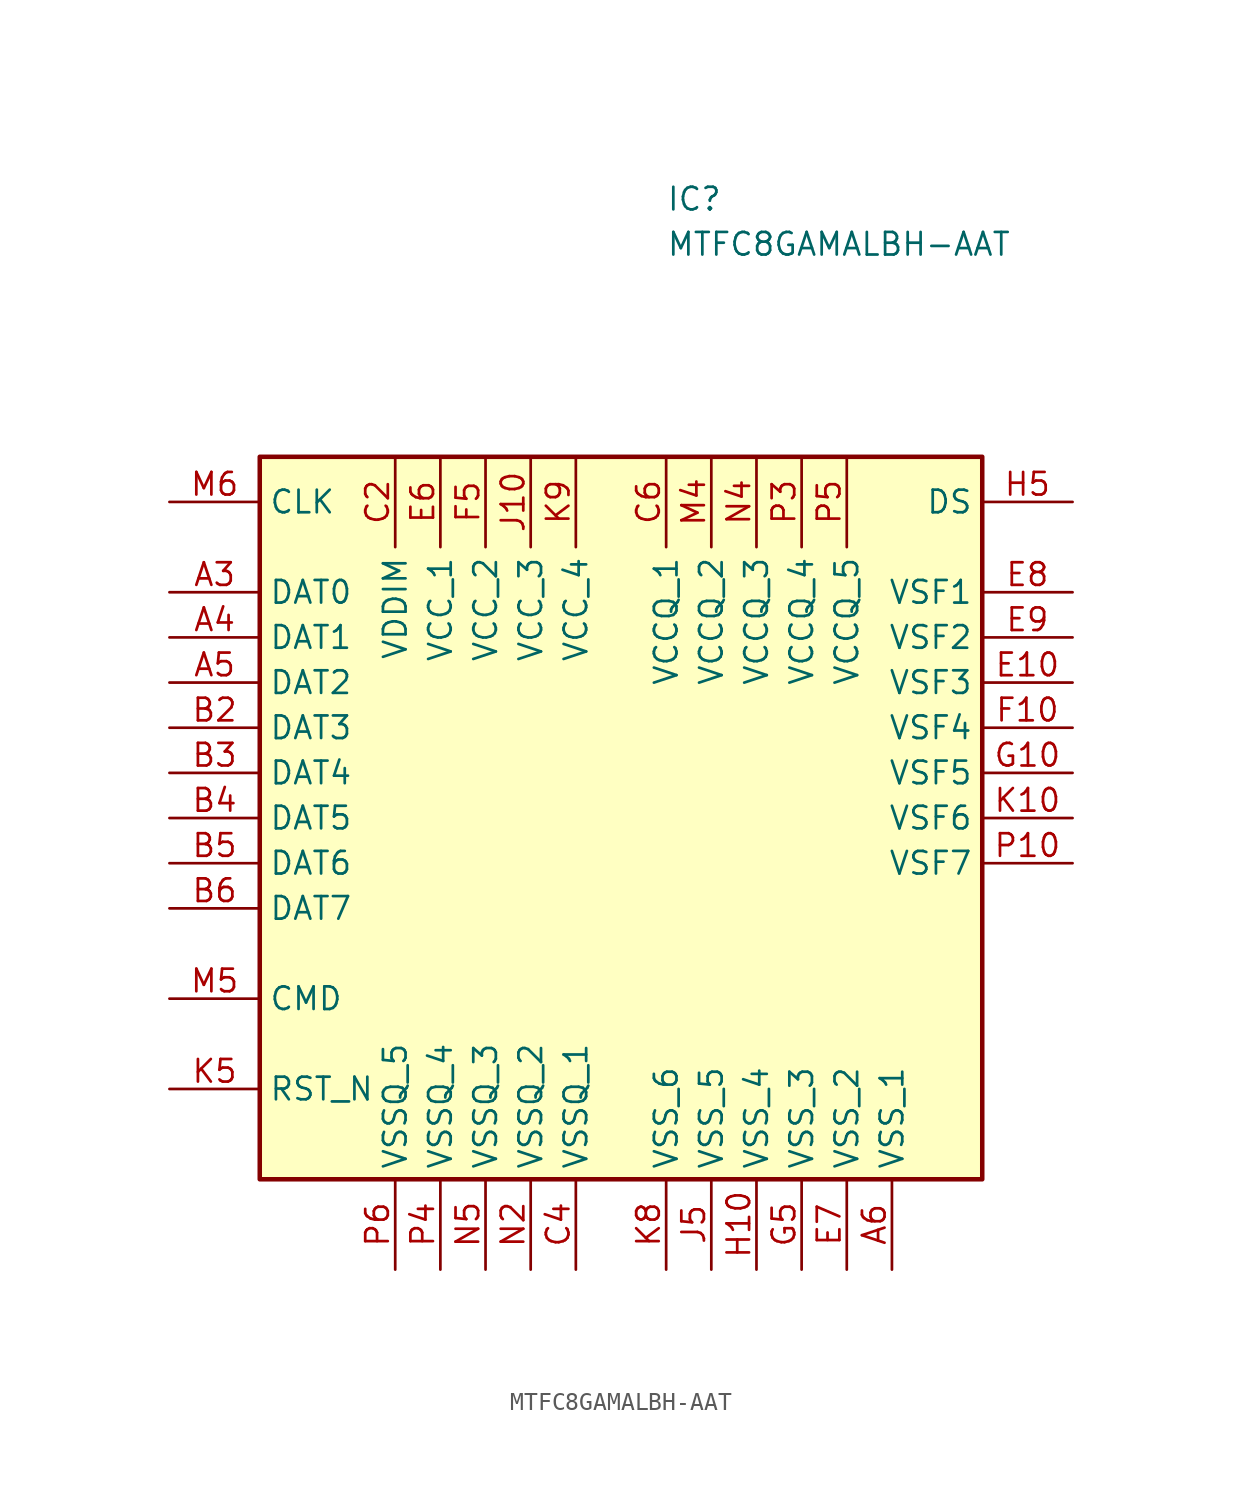
<source format=kicad_sym>
(kicad_symbol_lib
  (version 20220914)
  (generator kicad_symbol_editor)
  (symbol "MTFC8GAMALBH-AAT"
    (property "Reference" "IC"
      (at 2.54 35.56 0)
      (effects (font (size 1.27 1.27)) (justify left top)))
    (property "Value" "MTFC8GAMALBH-AAT"
      (at 2.54 33.02 0)
      (effects (font (size 1.27 1.27)) (justify left top)))
    (symbol "MTFC8GAMALBH-AAT_1_1"
      (rectangle (start -20.32 20.32) (end 20.32 -20.32) (stroke (width 0.254) (type default)) (fill (type background)))
      (pin no_connect line (at 20.32 -12.7 180) (length 5.08) hide (name "NC_1" (effects (font (size 1.27 1.27)))) (number "A1" (effects (font (size 1.27 1.27)))))
      (pin no_connect line (at 20.32 -12.7 180) (length 5.08) hide (name "NC_5" (effects (font (size 1.27 1.27)))) (number "A10" (effects (font (size 1.27 1.27)))))
      (pin no_connect line (at 20.32 -12.7 180) (length 5.08) hide (name "NC_6" (effects (font (size 1.27 1.27)))) (number "A11" (effects (font (size 1.27 1.27)))))
      (pin no_connect line (at 20.32 -12.7 180) (length 5.08) hide (name "NC_7" (effects (font (size 1.27 1.27)))) (number "A12" (effects (font (size 1.27 1.27)))))
      (pin no_connect line (at 20.32 -12.7 180) (length 5.08) hide (name "NC_8" (effects (font (size 1.27 1.27)))) (number "A13" (effects (font (size 1.27 1.27)))))
      (pin no_connect line (at 20.32 -12.7 180) (length 5.08) hide (name "NC_9" (effects (font (size 1.27 1.27)))) (number "A14" (effects (font (size 1.27 1.27)))))
      (pin no_connect line (at 20.32 -12.7 180) (length 5.08) hide (name "NC_2" (effects (font (size 1.27 1.27)))) (number "A2" (effects (font (size 1.27 1.27)))))
      (pin bidirectional line (at -25.4 12.7 0) (length 5.08) (name "DAT0" (effects (font (size 1.27 1.27)))) (number "A3" (effects (font (size 1.27 1.27)))))
      (pin bidirectional line (at -25.4 10.16 0) (length 5.08) (name "DAT1" (effects (font (size 1.27 1.27)))) (number "A4" (effects (font (size 1.27 1.27)))))
      (pin bidirectional line (at -25.4 7.62 0) (length 5.08) (name "DAT2" (effects (font (size 1.27 1.27)))) (number "A5" (effects (font (size 1.27 1.27)))))
      (pin power_in line (at 15.24 -25.4 90) (length 5.08) (name "VSS_1" (effects (font (size 1.27 1.27)))) (number "A6" (effects (font (size 1.27 1.27)))))
      (pin no_connect line (at 20.32 -7.62 180) (length 5.08) hide (name "RFU_1" (effects (font (size 1.27 1.27)))) (number "A7" (effects (font (size 1.27 1.27)))))
      (pin no_connect line (at 20.32 -12.7 180) (length 5.08) hide (name "NC_3" (effects (font (size 1.27 1.27)))) (number "A8" (effects (font (size 1.27 1.27)))))
      (pin no_connect line (at 20.32 -12.7 180) (length 5.08) hide (name "NC_4" (effects (font (size 1.27 1.27)))) (number "A9" (effects (font (size 1.27 1.27)))))
      (pin no_connect line (at 20.32 -12.7 180) (length 5.08) hide (name "NC_10" (effects (font (size 1.27 1.27)))) (number "B1" (effects (font (size 1.27 1.27)))))
      (pin no_connect line (at 20.32 -12.7 180) (length 5.08) hide (name "NC_14" (effects (font (size 1.27 1.27)))) (number "B10" (effects (font (size 1.27 1.27)))))
      (pin no_connect line (at 20.32 -12.7 180) (length 5.08) hide (name "NC_15" (effects (font (size 1.27 1.27)))) (number "B11" (effects (font (size 1.27 1.27)))))
      (pin no_connect line (at 20.32 -12.7 180) (length 5.08) hide (name "NC_16" (effects (font (size 1.27 1.27)))) (number "B12" (effects (font (size 1.27 1.27)))))
      (pin no_connect line (at 20.32 -12.7 180) (length 5.08) hide (name "NC_17" (effects (font (size 1.27 1.27)))) (number "B13" (effects (font (size 1.27 1.27)))))
      (pin no_connect line (at 20.32 -12.7 180) (length 5.08) hide (name "NC_18" (effects (font (size 1.27 1.27)))) (number "B14" (effects (font (size 1.27 1.27)))))
      (pin bidirectional line (at -25.4 5.08 0) (length 5.08) (name "DAT3" (effects (font (size 1.27 1.27)))) (number "B2" (effects (font (size 1.27 1.27)))))
      (pin bidirectional line (at -25.4 2.54 0) (length 5.08) (name "DAT4" (effects (font (size 1.27 1.27)))) (number "B3" (effects (font (size 1.27 1.27)))))
      (pin bidirectional line (at -25.4 0 0) (length 5.08) (name "DAT5" (effects (font (size 1.27 1.27)))) (number "B4" (effects (font (size 1.27 1.27)))))
      (pin bidirectional line (at -25.4 -2.54 0) (length 5.08) (name "DAT6" (effects (font (size 1.27 1.27)))) (number "B5" (effects (font (size 1.27 1.27)))))
      (pin bidirectional line (at -25.4 -5.08 0) (length 5.08) (name "DAT7" (effects (font (size 1.27 1.27)))) (number "B6" (effects (font (size 1.27 1.27)))))
      (pin no_connect line (at 20.32 -12.7 180) (length 5.08) hide (name "NC_11" (effects (font (size 1.27 1.27)))) (number "B7" (effects (font (size 1.27 1.27)))))
      (pin no_connect line (at 20.32 -12.7 180) (length 5.08) hide (name "NC_12" (effects (font (size 1.27 1.27)))) (number "B8" (effects (font (size 1.27 1.27)))))
      (pin no_connect line (at 20.32 -12.7 180) (length 5.08) hide (name "NC_13" (effects (font (size 1.27 1.27)))) (number "B9" (effects (font (size 1.27 1.27)))))
      (pin no_connect line (at 20.32 -12.7 180) (length 5.08) hide (name "NC_19" (effects (font (size 1.27 1.27)))) (number "C1" (effects (font (size 1.27 1.27)))))
      (pin no_connect line (at 20.32 -12.7 180) (length 5.08) hide (name "NC_25" (effects (font (size 1.27 1.27)))) (number "C10" (effects (font (size 1.27 1.27)))))
      (pin no_connect line (at 20.32 -12.7 180) (length 5.08) hide (name "NC_26" (effects (font (size 1.27 1.27)))) (number "C11" (effects (font (size 1.27 1.27)))))
      (pin no_connect line (at 20.32 -12.7 180) (length 5.08) hide (name "NC_27" (effects (font (size 1.27 1.27)))) (number "C12" (effects (font (size 1.27 1.27)))))
      (pin no_connect line (at 20.32 -12.7 180) (length 5.08) hide (name "NC_28" (effects (font (size 1.27 1.27)))) (number "C13" (effects (font (size 1.27 1.27)))))
      (pin no_connect line (at 20.32 -12.7 180) (length 5.08) hide (name "NC_29" (effects (font (size 1.27 1.27)))) (number "C14" (effects (font (size 1.27 1.27)))))
      (pin power_in line (at -12.7 20.32 270) (length 5.08) (name "VDDIM" (effects (font (size 1.27 1.27)))) (number "C2" (effects (font (size 1.27 1.27)))))
      (pin no_connect line (at 20.32 -12.7 180) (length 5.08) hide (name "NC_20" (effects (font (size 1.27 1.27)))) (number "C3" (effects (font (size 1.27 1.27)))))
      (pin power_in line (at -2.54 -25.4 90) (length 5.08) (name "VSSQ_1" (effects (font (size 1.27 1.27)))) (number "C4" (effects (font (size 1.27 1.27)))))
      (pin no_connect line (at 20.32 -12.7 180) (length 5.08) hide (name "NC_21" (effects (font (size 1.27 1.27)))) (number "C5" (effects (font (size 1.27 1.27)))))
      (pin power_in line (at 2.54 20.32 270) (length 5.08) (name "VCCQ_1" (effects (font (size 1.27 1.27)))) (number "C6" (effects (font (size 1.27 1.27)))))
      (pin no_connect line (at 20.32 -12.7 180) (length 5.08) hide (name "NC_22" (effects (font (size 1.27 1.27)))) (number "C7" (effects (font (size 1.27 1.27)))))
      (pin no_connect line (at 20.32 -12.7 180) (length 5.08) hide (name "NC_23" (effects (font (size 1.27 1.27)))) (number "C8" (effects (font (size 1.27 1.27)))))
      (pin no_connect line (at 20.32 -12.7 180) (length 5.08) hide (name "NC_24" (effects (font (size 1.27 1.27)))) (number "C9" (effects (font (size 1.27 1.27)))))
      (pin no_connect line (at 20.32 -12.7 180) (length 5.08) hide (name "NC_30" (effects (font (size 1.27 1.27)))) (number "D1" (effects (font (size 1.27 1.27)))))
      (pin no_connect line (at 20.32 -12.7 180) (length 5.08) hide (name "NC_34" (effects (font (size 1.27 1.27)))) (number "D12" (effects (font (size 1.27 1.27)))))
      (pin no_connect line (at 20.32 -12.7 180) (length 5.08) hide (name "NC_35" (effects (font (size 1.27 1.27)))) (number "D13" (effects (font (size 1.27 1.27)))))
      (pin no_connect line (at 20.32 -12.7 180) (length 5.08) hide (name "NC_36" (effects (font (size 1.27 1.27)))) (number "D14" (effects (font (size 1.27 1.27)))))
      (pin no_connect line (at 20.32 -12.7 180) (length 5.08) hide (name "NC_31" (effects (font (size 1.27 1.27)))) (number "D2" (effects (font (size 1.27 1.27)))))
      (pin no_connect line (at 20.32 -12.7 180) (length 5.08) hide (name "NC_32" (effects (font (size 1.27 1.27)))) (number "D3" (effects (font (size 1.27 1.27)))))
      (pin no_connect line (at 20.32 -12.7 180) (length 5.08) hide (name "NC_33" (effects (font (size 1.27 1.27)))) (number "D4" (effects (font (size 1.27 1.27)))))
      (pin no_connect line (at 20.32 -12.7 180) (length 5.08) hide (name "NC_37" (effects (font (size 1.27 1.27)))) (number "E1" (effects (font (size 1.27 1.27)))))
      (pin bidirectional line (at 25.4 7.62 180) (length 5.08) (name "VSF3" (effects (font (size 1.27 1.27)))) (number "E10" (effects (font (size 1.27 1.27)))))
      (pin no_connect line (at 20.32 -12.7 180) (length 5.08) hide (name "NC_40" (effects (font (size 1.27 1.27)))) (number "E12" (effects (font (size 1.27 1.27)))))
      (pin no_connect line (at 20.32 -12.7 180) (length 5.08) hide (name "NC_41" (effects (font (size 1.27 1.27)))) (number "E13" (effects (font (size 1.27 1.27)))))
      (pin no_connect line (at 20.32 -12.7 180) (length 5.08) hide (name "NC_42" (effects (font (size 1.27 1.27)))) (number "E14" (effects (font (size 1.27 1.27)))))
      (pin no_connect line (at 20.32 -12.7 180) (length 5.08) hide (name "NC_38" (effects (font (size 1.27 1.27)))) (number "E2" (effects (font (size 1.27 1.27)))))
      (pin no_connect line (at 20.32 -12.7 180) (length 5.08) hide (name "NC_39" (effects (font (size 1.27 1.27)))) (number "E3" (effects (font (size 1.27 1.27)))))
      (pin no_connect line (at 20.32 -7.62 180) (length 5.08) hide (name "RFU_2" (effects (font (size 1.27 1.27)))) (number "E5" (effects (font (size 1.27 1.27)))))
      (pin power_in line (at -10.16 20.32 270) (length 5.08) (name "VCC_1" (effects (font (size 1.27 1.27)))) (number "E6" (effects (font (size 1.27 1.27)))))
      (pin power_in line (at 12.7 -25.4 90) (length 5.08) (name "VSS_2" (effects (font (size 1.27 1.27)))) (number "E7" (effects (font (size 1.27 1.27)))))
      (pin bidirectional line (at 25.4 12.7 180) (length 5.08) (name "VSF1" (effects (font (size 1.27 1.27)))) (number "E8" (effects (font (size 1.27 1.27)))))
      (pin bidirectional line (at 25.4 10.16 180) (length 5.08) (name "VSF2" (effects (font (size 1.27 1.27)))) (number "E9" (effects (font (size 1.27 1.27)))))
      (pin no_connect line (at 20.32 -12.7 180) (length 5.08) hide (name "NC_43" (effects (font (size 1.27 1.27)))) (number "F1" (effects (font (size 1.27 1.27)))))
      (pin bidirectional line (at 25.4 5.08 180) (length 5.08) (name "VSF4" (effects (font (size 1.27 1.27)))) (number "F10" (effects (font (size 1.27 1.27)))))
      (pin no_connect line (at 20.32 -12.7 180) (length 5.08) hide (name "NC_46" (effects (font (size 1.27 1.27)))) (number "F12" (effects (font (size 1.27 1.27)))))
      (pin no_connect line (at 20.32 -12.7 180) (length 5.08) hide (name "NC_47" (effects (font (size 1.27 1.27)))) (number "F13" (effects (font (size 1.27 1.27)))))
      (pin no_connect line (at 20.32 -12.7 180) (length 5.08) hide (name "NC_48" (effects (font (size 1.27 1.27)))) (number "F14" (effects (font (size 1.27 1.27)))))
      (pin no_connect line (at 20.32 -12.7 180) (length 5.08) hide (name "NC_44" (effects (font (size 1.27 1.27)))) (number "F2" (effects (font (size 1.27 1.27)))))
      (pin no_connect line (at 20.32 -12.7 180) (length 5.08) hide (name "NC_45" (effects (font (size 1.27 1.27)))) (number "F3" (effects (font (size 1.27 1.27)))))
      (pin power_in line (at -7.62 20.32 270) (length 5.08) (name "VCC_2" (effects (font (size 1.27 1.27)))) (number "F5" (effects (font (size 1.27 1.27)))))
      (pin no_connect line (at 20.32 -12.7 180) (length 5.08) hide (name "NC_49" (effects (font (size 1.27 1.27)))) (number "G1" (effects (font (size 1.27 1.27)))))
      (pin bidirectional line (at 25.4 2.54 180) (length 5.08) (name "VSF5" (effects (font (size 1.27 1.27)))) (number "G10" (effects (font (size 1.27 1.27)))))
      (pin no_connect line (at 20.32 -12.7 180) (length 5.08) hide (name "NC_52" (effects (font (size 1.27 1.27)))) (number "G12" (effects (font (size 1.27 1.27)))))
      (pin no_connect line (at 20.32 -12.7 180) (length 5.08) hide (name "NC_53" (effects (font (size 1.27 1.27)))) (number "G13" (effects (font (size 1.27 1.27)))))
      (pin no_connect line (at 20.32 -12.7 180) (length 5.08) hide (name "NC_54" (effects (font (size 1.27 1.27)))) (number "G14" (effects (font (size 1.27 1.27)))))
      (pin no_connect line (at 20.32 -12.7 180) (length 5.08) hide (name "NC_50" (effects (font (size 1.27 1.27)))) (number "G2" (effects (font (size 1.27 1.27)))))
      (pin no_connect line (at 20.32 -12.7 180) (length 5.08) hide (name "NC_51" (effects (font (size 1.27 1.27)))) (number "G3" (effects (font (size 1.27 1.27)))))
      (pin power_in line (at 10.16 -25.4 90) (length 5.08) (name "VSS_3" (effects (font (size 1.27 1.27)))) (number "G5" (effects (font (size 1.27 1.27)))))
      (pin no_connect line (at 20.32 -12.7 180) (length 5.08) hide (name "NC_55" (effects (font (size 1.27 1.27)))) (number "H1" (effects (font (size 1.27 1.27)))))
      (pin power_in line (at 7.62 -25.4 90) (length 5.08) (name "VSS_4" (effects (font (size 1.27 1.27)))) (number "H10" (effects (font (size 1.27 1.27)))))
      (pin no_connect line (at 20.32 -12.7 180) (length 5.08) hide (name "NC_58" (effects (font (size 1.27 1.27)))) (number "H12" (effects (font (size 1.27 1.27)))))
      (pin no_connect line (at 20.32 -12.7 180) (length 5.08) hide (name "NC_59" (effects (font (size 1.27 1.27)))) (number "H13" (effects (font (size 1.27 1.27)))))
      (pin no_connect line (at 20.32 -12.7 180) (length 5.08) hide (name "NC_60" (effects (font (size 1.27 1.27)))) (number "H14" (effects (font (size 1.27 1.27)))))
      (pin no_connect line (at 20.32 -12.7 180) (length 5.08) hide (name "NC_56" (effects (font (size 1.27 1.27)))) (number "H2" (effects (font (size 1.27 1.27)))))
      (pin no_connect line (at 20.32 -12.7 180) (length 5.08) hide (name "NC_57" (effects (font (size 1.27 1.27)))) (number "H3" (effects (font (size 1.27 1.27)))))
      (pin output line (at 25.4 17.78 180) (length 5.08) (name "DS" (effects (font (size 1.27 1.27)))) (number "H5" (effects (font (size 1.27 1.27)))))
      (pin no_connect line (at 20.32 -12.7 180) (length 5.08) hide (name "NC_61" (effects (font (size 1.27 1.27)))) (number "J1" (effects (font (size 1.27 1.27)))))
      (pin power_in line (at -5.08 20.32 270) (length 5.08) (name "VCC_3" (effects (font (size 1.27 1.27)))) (number "J10" (effects (font (size 1.27 1.27)))))
      (pin no_connect line (at 20.32 -12.7 180) (length 5.08) hide (name "NC_64" (effects (font (size 1.27 1.27)))) (number "J12" (effects (font (size 1.27 1.27)))))
      (pin no_connect line (at 20.32 -12.7 180) (length 5.08) hide (name "NC_65" (effects (font (size 1.27 1.27)))) (number "J13" (effects (font (size 1.27 1.27)))))
      (pin no_connect line (at 20.32 -12.7 180) (length 5.08) hide (name "NC_66" (effects (font (size 1.27 1.27)))) (number "J14" (effects (font (size 1.27 1.27)))))
      (pin no_connect line (at 20.32 -12.7 180) (length 5.08) hide (name "NC_62" (effects (font (size 1.27 1.27)))) (number "J2" (effects (font (size 1.27 1.27)))))
      (pin no_connect line (at 20.32 -12.7 180) (length 5.08) hide (name "NC_63" (effects (font (size 1.27 1.27)))) (number "J3" (effects (font (size 1.27 1.27)))))
      (pin power_in line (at 5.08 -25.4 90) (length 5.08) (name "VSS_5" (effects (font (size 1.27 1.27)))) (number "J5" (effects (font (size 1.27 1.27)))))
      (pin no_connect line (at 20.32 -12.7 180) (length 5.08) hide (name "NC_67" (effects (font (size 1.27 1.27)))) (number "K1" (effects (font (size 1.27 1.27)))))
      (pin bidirectional line (at 25.4 0 180) (length 5.08) (name "VSF6" (effects (font (size 1.27 1.27)))) (number "K10" (effects (font (size 1.27 1.27)))))
      (pin no_connect line (at 20.32 -12.7 180) (length 5.08) hide (name "NC_70" (effects (font (size 1.27 1.27)))) (number "K12" (effects (font (size 1.27 1.27)))))
      (pin no_connect line (at 20.32 -12.7 180) (length 5.08) hide (name "NC_71" (effects (font (size 1.27 1.27)))) (number "K13" (effects (font (size 1.27 1.27)))))
      (pin no_connect line (at 20.32 -12.7 180) (length 5.08) hide (name "NC_72" (effects (font (size 1.27 1.27)))) (number "K14" (effects (font (size 1.27 1.27)))))
      (pin no_connect line (at 20.32 -12.7 180) (length 5.08) hide (name "NC_68" (effects (font (size 1.27 1.27)))) (number "K2" (effects (font (size 1.27 1.27)))))
      (pin no_connect line (at 20.32 -12.7 180) (length 5.08) hide (name "NC_69" (effects (font (size 1.27 1.27)))) (number "K3" (effects (font (size 1.27 1.27)))))
      (pin input line (at -25.4 -15.24 0) (length 5.08) (name "RST_N" (effects (font (size 1.27 1.27)))) (number "K5" (effects (font (size 1.27 1.27)))))
      (pin no_connect line (at 20.32 -7.62 180) (length 5.08) hide (name "RFU_3" (effects (font (size 1.27 1.27)))) (number "K6" (effects (font (size 1.27 1.27)))))
      (pin no_connect line (at 20.32 -7.62 180) (length 5.08) hide (name "RFU_4" (effects (font (size 1.27 1.27)))) (number "K7" (effects (font (size 1.27 1.27)))))
      (pin power_in line (at 2.54 -25.4 90) (length 5.08) (name "VSS_6" (effects (font (size 1.27 1.27)))) (number "K8" (effects (font (size 1.27 1.27)))))
      (pin power_in line (at -2.54 20.32 270) (length 5.08) (name "VCC_4" (effects (font (size 1.27 1.27)))) (number "K9" (effects (font (size 1.27 1.27)))))
      (pin no_connect line (at 20.32 -12.7 180) (length 5.08) hide (name "NC_73" (effects (font (size 1.27 1.27)))) (number "L1" (effects (font (size 1.27 1.27)))))
      (pin no_connect line (at 20.32 -12.7 180) (length 5.08) hide (name "NC_76" (effects (font (size 1.27 1.27)))) (number "L12" (effects (font (size 1.27 1.27)))))
      (pin no_connect line (at 20.32 -12.7 180) (length 5.08) hide (name "NC_77" (effects (font (size 1.27 1.27)))) (number "L13" (effects (font (size 1.27 1.27)))))
      (pin no_connect line (at 20.32 -12.7 180) (length 5.08) hide (name "NC_78" (effects (font (size 1.27 1.27)))) (number "L14" (effects (font (size 1.27 1.27)))))
      (pin no_connect line (at 20.32 -12.7 180) (length 5.08) hide (name "NC_74" (effects (font (size 1.27 1.27)))) (number "L2" (effects (font (size 1.27 1.27)))))
      (pin no_connect line (at 20.32 -12.7 180) (length 5.08) hide (name "NC_75" (effects (font (size 1.27 1.27)))) (number "L3" (effects (font (size 1.27 1.27)))))
      (pin no_connect line (at 20.32 -12.7 180) (length 5.08) hide (name "NC_79" (effects (font (size 1.27 1.27)))) (number "M1" (effects (font (size 1.27 1.27)))))
      (pin no_connect line (at 20.32 -12.7 180) (length 5.08) hide (name "NC_85" (effects (font (size 1.27 1.27)))) (number "M10" (effects (font (size 1.27 1.27)))))
      (pin no_connect line (at 20.32 -12.7 180) (length 5.08) hide (name "NC_86" (effects (font (size 1.27 1.27)))) (number "M11" (effects (font (size 1.27 1.27)))))
      (pin no_connect line (at 20.32 -12.7 180) (length 5.08) hide (name "NC_87" (effects (font (size 1.27 1.27)))) (number "M12" (effects (font (size 1.27 1.27)))))
      (pin no_connect line (at 20.32 -12.7 180) (length 5.08) hide (name "NC_88" (effects (font (size 1.27 1.27)))) (number "M13" (effects (font (size 1.27 1.27)))))
      (pin no_connect line (at 20.32 -12.7 180) (length 5.08) hide (name "NC_89" (effects (font (size 1.27 1.27)))) (number "M14" (effects (font (size 1.27 1.27)))))
      (pin no_connect line (at 20.32 -12.7 180) (length 5.08) hide (name "NC_80" (effects (font (size 1.27 1.27)))) (number "M2" (effects (font (size 1.27 1.27)))))
      (pin no_connect line (at 20.32 -12.7 180) (length 5.08) hide (name "NC_81" (effects (font (size 1.27 1.27)))) (number "M3" (effects (font (size 1.27 1.27)))))
      (pin power_in line (at 5.08 20.32 270) (length 5.08) (name "VCCQ_2" (effects (font (size 1.27 1.27)))) (number "M4" (effects (font (size 1.27 1.27)))))
      (pin bidirectional line (at -25.4 -10.16 0) (length 5.08) (name "CMD" (effects (font (size 1.27 1.27)))) (number "M5" (effects (font (size 1.27 1.27)))))
      (pin input line (at -25.4 17.78 0) (length 5.08) (name "CLK" (effects (font (size 1.27 1.27)))) (number "M6" (effects (font (size 1.27 1.27)))))
      (pin no_connect line (at 20.32 -12.7 180) (length 5.08) hide (name "NC_82" (effects (font (size 1.27 1.27)))) (number "M7" (effects (font (size 1.27 1.27)))))
      (pin no_connect line (at 20.32 -12.7 180) (length 5.08) hide (name "NC_83" (effects (font (size 1.27 1.27)))) (number "M8" (effects (font (size 1.27 1.27)))))
      (pin no_connect line (at 20.32 -12.7 180) (length 5.08) hide (name "NC_84" (effects (font (size 1.27 1.27)))) (number "M9" (effects (font (size 1.27 1.27)))))
      (pin no_connect line (at 20.32 -12.7 180) (length 5.08) hide (name "NC_90" (effects (font (size 1.27 1.27)))) (number "N1" (effects (font (size 1.27 1.27)))))
      (pin no_connect line (at 20.32 -12.7 180) (length 5.08) hide (name "NC_96" (effects (font (size 1.27 1.27)))) (number "N10" (effects (font (size 1.27 1.27)))))
      (pin no_connect line (at 20.32 -12.7 180) (length 5.08) hide (name "NC_97" (effects (font (size 1.27 1.27)))) (number "N11" (effects (font (size 1.27 1.27)))))
      (pin no_connect line (at 20.32 -12.7 180) (length 5.08) hide (name "NC_98" (effects (font (size 1.27 1.27)))) (number "N12" (effects (font (size 1.27 1.27)))))
      (pin no_connect line (at 20.32 -12.7 180) (length 5.08) hide (name "NC_99" (effects (font (size 1.27 1.27)))) (number "N13" (effects (font (size 1.27 1.27)))))
      (pin no_connect line (at 20.32 -12.7 180) (length 5.08) hide (name "NC_100" (effects (font (size 1.27 1.27)))) (number "N14" (effects (font (size 1.27 1.27)))))
      (pin power_in line (at -5.08 -25.4 90) (length 5.08) (name "VSSQ_2" (effects (font (size 1.27 1.27)))) (number "N2" (effects (font (size 1.27 1.27)))))
      (pin no_connect line (at 20.32 -12.7 180) (length 5.08) hide (name "NC_91" (effects (font (size 1.27 1.27)))) (number "N3" (effects (font (size 1.27 1.27)))))
      (pin power_in line (at 7.62 20.32 270) (length 5.08) (name "VCCQ_3" (effects (font (size 1.27 1.27)))) (number "N4" (effects (font (size 1.27 1.27)))))
      (pin power_in line (at -7.62 -25.4 90) (length 5.08) (name "VSSQ_3" (effects (font (size 1.27 1.27)))) (number "N5" (effects (font (size 1.27 1.27)))))
      (pin no_connect line (at 20.32 -12.7 180) (length 5.08) hide (name "NC_92" (effects (font (size 1.27 1.27)))) (number "N6" (effects (font (size 1.27 1.27)))))
      (pin no_connect line (at 20.32 -12.7 180) (length 5.08) hide (name "NC_93" (effects (font (size 1.27 1.27)))) (number "N7" (effects (font (size 1.27 1.27)))))
      (pin no_connect line (at 20.32 -12.7 180) (length 5.08) hide (name "NC_94" (effects (font (size 1.27 1.27)))) (number "N8" (effects (font (size 1.27 1.27)))))
      (pin no_connect line (at 20.32 -12.7 180) (length 5.08) hide (name "NC_95" (effects (font (size 1.27 1.27)))) (number "N9" (effects (font (size 1.27 1.27)))))
      (pin no_connect line (at 20.32 -12.7 180) (length 5.08) hide (name "NC_101" (effects (font (size 1.27 1.27)))) (number "P1" (effects (font (size 1.27 1.27)))))
      (pin bidirectional line (at 25.4 -2.54 180) (length 5.08) (name "VSF7" (effects (font (size 1.27 1.27)))) (number "P10" (effects (font (size 1.27 1.27)))))
      (pin no_connect line (at 20.32 -12.7 180) (length 5.08) hide (name "NC_106" (effects (font (size 1.27 1.27)))) (number "P11" (effects (font (size 1.27 1.27)))))
      (pin no_connect line (at 20.32 -12.7 180) (length 5.08) hide (name "NC_107" (effects (font (size 1.27 1.27)))) (number "P12" (effects (font (size 1.27 1.27)))))
      (pin no_connect line (at 20.32 -12.7 180) (length 5.08) hide (name "NC_108" (effects (font (size 1.27 1.27)))) (number "P13" (effects (font (size 1.27 1.27)))))
      (pin no_connect line (at 20.32 -12.7 180) (length 5.08) hide (name "NC_109" (effects (font (size 1.27 1.27)))) (number "P14" (effects (font (size 1.27 1.27)))))
      (pin no_connect line (at 20.32 -12.7 180) (length 5.08) hide (name "NC_102" (effects (font (size 1.27 1.27)))) (number "P2" (effects (font (size 1.27 1.27)))))
      (pin power_in line (at 10.16 20.32 270) (length 5.08) (name "VCCQ_4" (effects (font (size 1.27 1.27)))) (number "P3" (effects (font (size 1.27 1.27)))))
      (pin power_in line (at -10.16 -25.4 90) (length 5.08) (name "VSSQ_4" (effects (font (size 1.27 1.27)))) (number "P4" (effects (font (size 1.27 1.27)))))
      (pin power_in line (at 12.7 20.32 270) (length 5.08) (name "VCCQ_5" (effects (font (size 1.27 1.27)))) (number "P5" (effects (font (size 1.27 1.27)))))
      (pin power_in line (at -12.7 -25.4 90) (length 5.08) (name "VSSQ_5" (effects (font (size 1.27 1.27)))) (number "P6" (effects (font (size 1.27 1.27)))))
      (pin no_connect line (at 20.32 -12.7 180) (length 5.08) hide (name "NC_103" (effects (font (size 1.27 1.27)))) (number "P7" (effects (font (size 1.27 1.27)))))
      (pin no_connect line (at 20.32 -12.7 180) (length 5.08) hide (name "NC_104" (effects (font (size 1.27 1.27)))) (number "P8" (effects (font (size 1.27 1.27)))))
      (pin no_connect line (at 20.32 -12.7 180) (length 5.08) hide (name "NC_105" (effects (font (size 1.27 1.27)))) (number "P9" (effects (font (size 1.27 1.27))))))))
</source>
